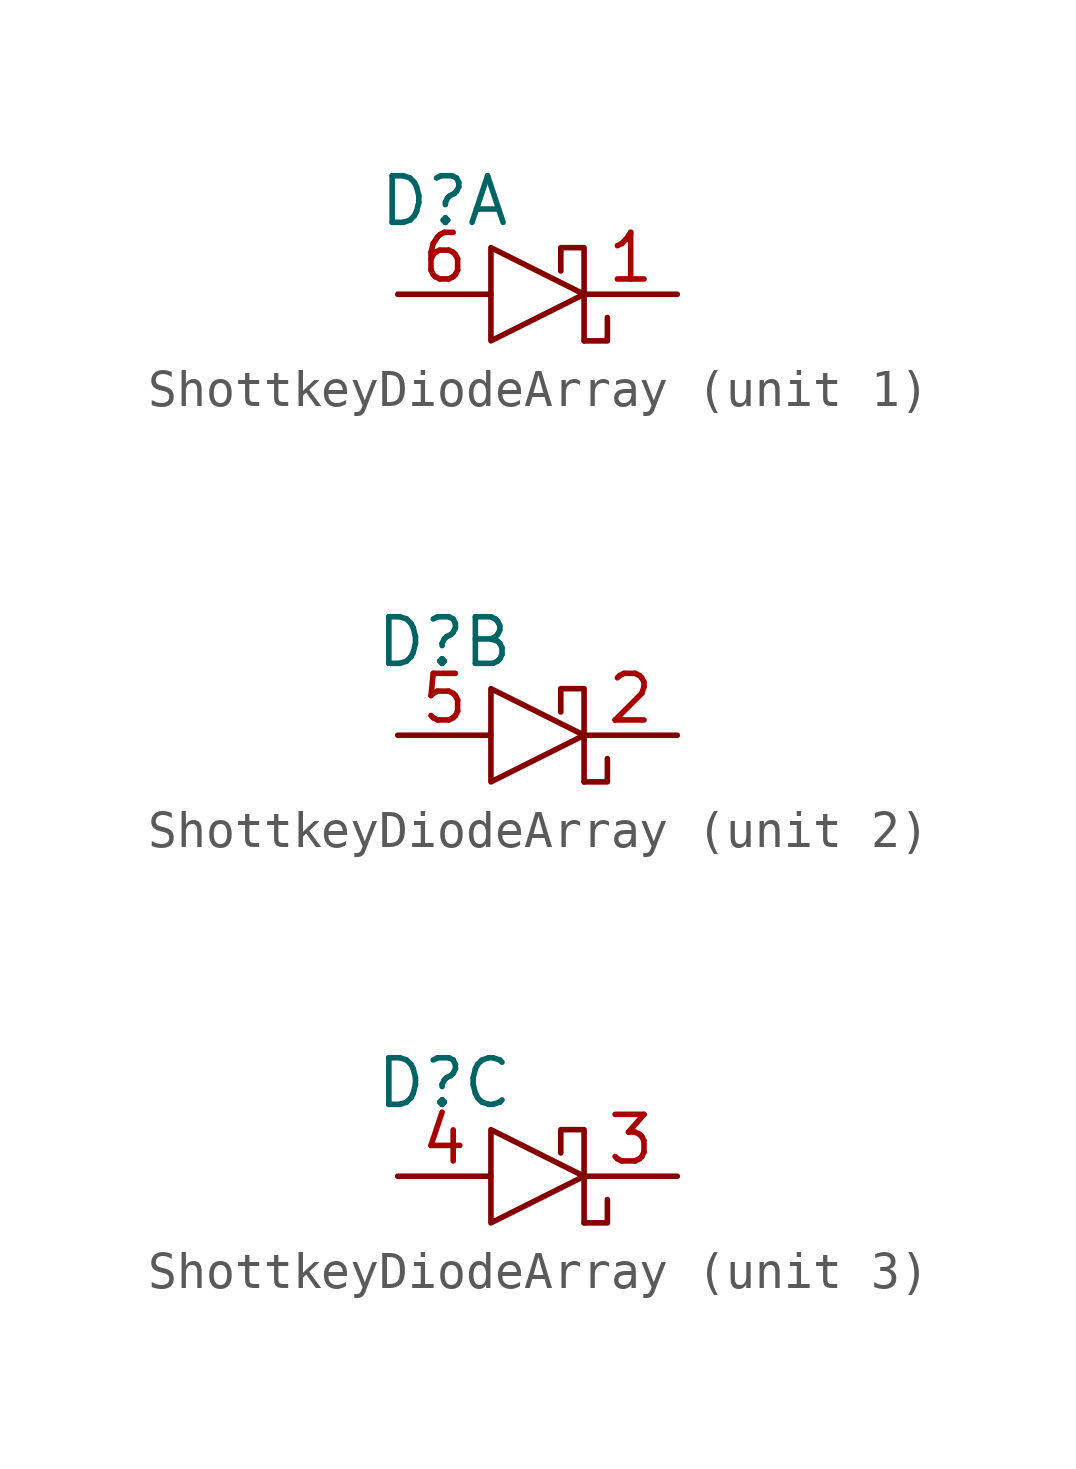
<source format=kicad_sym>
(kicad_symbol_lib
  (version 20220914)
  (generator kicad_symbol_editor)
  (symbol "ShottkeyDiodeArray"
    (pin_names
      (offset 0) hide)
    (property "Reference" "D"
      (at -2.54 2.54 0)
      (effects (font (size 1.27 1.27))))
    (symbol "ShottkeyDiodeArray_0_1"
      (polyline (pts (xy 1.27 -1.27) (xy 1.905 -1.27) (xy 1.905 -0.635)) (stroke (width 0) (type default)) (fill (type none)))
      (polyline (pts (xy -1.27 1.27) (xy 1.27 0) (xy -1.27 -1.27) (xy -1.27 1.27)) (stroke (width 0) (type default)) (fill (type none)))
      (polyline (pts (xy 1.27 -1.27) (xy 1.27 1.27) (xy 0.635 1.27) (xy 0.635 0.635)) (stroke (width 0) (type default)) (fill (type none))))
    (symbol "ShottkeyDiodeArray_1_1"
      (pin passive line (at 3.81 0 180) (length 2.54) (name "K" (effects (font (size 1.27 1.27)))) (number "1" (effects (font (size 1.27 1.27)))))
      (pin passive line (at -3.81 0 0) (length 2.54) (name "A" (effects (font (size 1.27 1.27)))) (number "6" (effects (font (size 1.27 1.27))))))
    (symbol "ShottkeyDiodeArray_2_1"
      (pin passive line (at 3.81 0 180) (length 2.54) (name "K" (effects (font (size 1.27 1.27)))) (number "2" (effects (font (size 1.27 1.27)))))
      (pin passive line (at -3.81 0 0) (length 2.54) (name "A" (effects (font (size 1.27 1.27)))) (number "5" (effects (font (size 1.27 1.27))))))
    (symbol "ShottkeyDiodeArray_3_1"
      (pin passive line (at 3.81 0 180) (length 2.54) (name "K" (effects (font (size 1.27 1.27)))) (number "3" (effects (font (size 1.27 1.27)))))
      (pin passive line (at -3.81 0 0) (length 2.54) (name "A" (effects (font (size 1.27 1.27)))) (number "4" (effects (font (size 1.27 1.27))))))))
</source>
